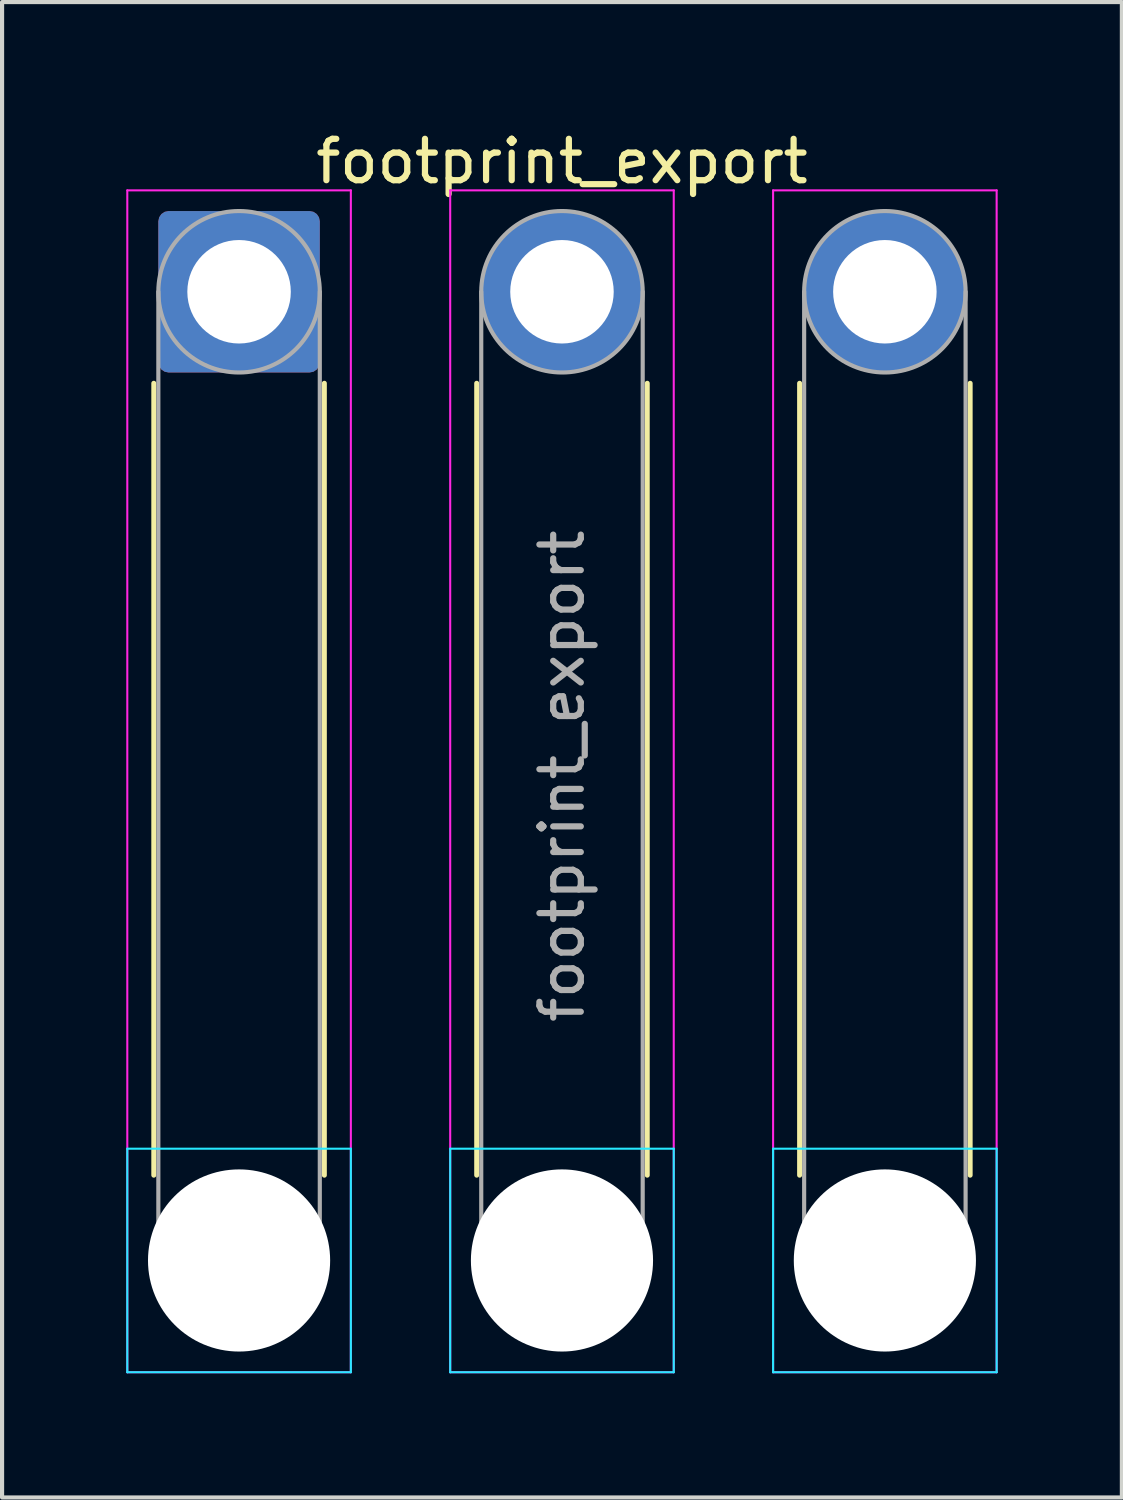
<source format=kicad_pcb>
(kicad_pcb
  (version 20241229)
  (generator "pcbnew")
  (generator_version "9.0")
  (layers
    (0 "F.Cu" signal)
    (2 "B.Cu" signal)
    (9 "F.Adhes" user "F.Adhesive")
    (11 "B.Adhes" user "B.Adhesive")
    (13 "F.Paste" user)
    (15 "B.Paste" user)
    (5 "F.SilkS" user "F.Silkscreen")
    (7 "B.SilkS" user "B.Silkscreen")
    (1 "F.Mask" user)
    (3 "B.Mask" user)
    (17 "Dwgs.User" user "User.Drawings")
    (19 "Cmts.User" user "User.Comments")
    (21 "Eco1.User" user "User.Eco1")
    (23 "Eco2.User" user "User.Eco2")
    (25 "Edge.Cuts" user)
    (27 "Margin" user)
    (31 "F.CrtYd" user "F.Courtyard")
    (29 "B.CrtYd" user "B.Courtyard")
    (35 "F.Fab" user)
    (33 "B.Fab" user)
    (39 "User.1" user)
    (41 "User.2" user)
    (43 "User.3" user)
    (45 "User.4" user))
  (footprint "footprint_export"
    (layer "F.Cu")
    (at 2.725 3.998)
    (property "Reference" "footprint_export" (at 7.8 -3.15 0) (layer "F.SilkS") (effects (font (size 1 1) (thickness 0.15))))
    (attr exclude_from_pos_files exclude_from_bom)
    (fp_line (start -2.06 2.21) (end -2.06 21.34) (stroke (width 0.12) (type solid)) (layer "F.SilkS"))
    (fp_line (start 2.06 2.21) (end 2.06 21.34) (stroke (width 0.12) (type solid)) (layer "F.SilkS"))
    (fp_line (start 5.74 2.21) (end 5.74 21.34) (stroke (width 0.12) (type solid)) (layer "F.SilkS"))
    (fp_line (start 9.86 2.21) (end 9.86 21.34) (stroke (width 0.12) (type solid)) (layer "F.SilkS"))
    (fp_line (start 13.54 2.21) (end 13.54 21.34) (stroke (width 0.12) (type solid)) (layer "F.SilkS"))
    (fp_line (start 17.66 2.21) (end 17.66 21.34) (stroke (width 0.12) (type solid)) (layer "F.SilkS"))
    (fp_line (start -2.7 20.7) (end -2.7 26.1) (stroke (width 0.05) (type solid)) (layer "B.CrtYd"))
    (fp_line (start -2.7 26.1) (end 2.7 26.1) (stroke (width 0.05) (type solid)) (layer "B.CrtYd"))
    (fp_line (start 2.7 20.7) (end -2.7 20.7) (stroke (width 0.05) (type solid)) (layer "B.CrtYd"))
    (fp_line (start 2.7 26.1) (end 2.7 20.7) (stroke (width 0.05) (type solid)) (layer "B.CrtYd"))
    (fp_line (start 5.1 20.7) (end 5.1 26.1) (stroke (width 0.05) (type solid)) (layer "B.CrtYd"))
    (fp_line (start 5.1 26.1) (end 10.5 26.1) (stroke (width 0.05) (type solid)) (layer "B.CrtYd"))
    (fp_line (start 10.5 20.7) (end 5.1 20.7) (stroke (width 0.05) (type solid)) (layer "B.CrtYd"))
    (fp_line (start 10.5 26.1) (end 10.5 20.7) (stroke (width 0.05) (type solid)) (layer "B.CrtYd"))
    (fp_line (start 12.9 20.7) (end 12.9 26.1) (stroke (width 0.05) (type solid)) (layer "B.CrtYd"))
    (fp_line (start 12.9 26.1) (end 18.3 26.1) (stroke (width 0.05) (type solid)) (layer "B.CrtYd"))
    (fp_line (start 18.3 20.7) (end 12.9 20.7) (stroke (width 0.05) (type solid)) (layer "B.CrtYd"))
    (fp_line (start 18.3 26.1) (end 18.3 20.7) (stroke (width 0.05) (type solid)) (layer "B.CrtYd"))
    (fp_line (start -2.7 -2.45) (end -2.7 26.1) (stroke (width 0.05) (type solid)) (layer "F.CrtYd"))
    (fp_line (start -2.7 26.1) (end 2.7 26.1) (stroke (width 0.05) (type solid)) (layer "F.CrtYd"))
    (fp_line (start 2.7 -2.45) (end -2.7 -2.45) (stroke (width 0.05) (type solid)) (layer "F.CrtYd"))
    (fp_line (start 2.7 26.1) (end 2.7 -2.45) (stroke (width 0.05) (type solid)) (layer "F.CrtYd"))
    (fp_line (start 5.1 -2.45) (end 5.1 26.1) (stroke (width 0.05) (type solid)) (layer "F.CrtYd"))
    (fp_line (start 5.1 26.1) (end 10.5 26.1) (stroke (width 0.05) (type solid)) (layer "F.CrtYd"))
    (fp_line (start 10.5 -2.45) (end 5.1 -2.45) (stroke (width 0.05) (type solid)) (layer "F.CrtYd"))
    (fp_line (start 10.5 26.1) (end 10.5 -2.45) (stroke (width 0.05) (type solid)) (layer "F.CrtYd"))
    (fp_line (start 12.9 -2.45) (end 12.9 26.1) (stroke (width 0.05) (type solid)) (layer "F.CrtYd"))
    (fp_line (start 12.9 26.1) (end 18.3 26.1) (stroke (width 0.05) (type solid)) (layer "F.CrtYd"))
    (fp_line (start 18.3 -2.45) (end 12.9 -2.45) (stroke (width 0.05) (type solid)) (layer "F.CrtYd"))
    (fp_line (start 18.3 26.1) (end 18.3 -2.45) (stroke (width 0.05) (type solid)) (layer "F.CrtYd"))
    (fp_line (start -1.95 0) (end -1.95 23.4) (stroke (width 0.1) (type solid)) (layer "F.Fab"))
    (fp_line (start 1.95 0) (end 1.95 23.4) (stroke (width 0.1) (type solid)) (layer "F.Fab"))
    (fp_line (start 5.85 0) (end 5.85 23.4) (stroke (width 0.1) (type solid)) (layer "F.Fab"))
    (fp_line (start 9.75 0) (end 9.75 23.4) (stroke (width 0.1) (type solid)) (layer "F.Fab"))
    (fp_line (start 13.65 0) (end 13.65 23.4) (stroke (width 0.1) (type solid)) (layer "F.Fab"))
    (fp_line (start 17.55 0) (end 17.55 23.4) (stroke (width 0.1) (type solid)) (layer "F.Fab"))
    (fp_circle (center 0 0) (end 1.95 0) (stroke (width 0.1) (type solid)) (fill no) (layer "F.Fab"))
    (fp_circle (center 0 23.4) (end 1.95 23.4) (stroke (width 0.1) (type solid)) (fill no) (layer "F.Fab"))
    (fp_circle (center 7.8 0) (end 9.75 0) (stroke (width 0.1) (type solid)) (fill no) (layer "F.Fab"))
    (fp_circle (center 7.8 23.4) (end 9.75 23.4) (stroke (width 0.1) (type solid)) (fill no) (layer "F.Fab"))
    (fp_circle (center 15.6 0) (end 17.55 0) (stroke (width 0.1) (type solid)) (fill no) (layer "F.Fab"))
    (fp_circle (center 15.6 23.4) (end 17.55 23.4) (stroke (width 0.1) (type solid)) (fill no) (layer "F.Fab"))
    (fp_text user "${REFERENCE}" (at 7.8 11.7 90) (layer "F.Fab") (effects (font (size 1 1) (thickness 0.15))))
    (pad "" np_thru_hole circle (at 0 23.4) (size 4.4 4.4) (drill 4.4) (layers "*.Cu" "*.Mask"))
    (pad "" np_thru_hole circle (at 7.8 23.4) (size 4.4 4.4) (drill 4.4) (layers "*.Cu" "*.Mask"))
    (pad "" np_thru_hole circle (at 15.6 23.4) (size 4.4 4.4) (drill 4.4) (layers "*.Cu" "*.Mask"))
    (pad "1" thru_hole roundrect (at 0 0) (size 3.9 3.9) (drill 2.5) (layers "*.Cu" "*.Mask") (roundrect_rratio 0.064))
    (pad "2" thru_hole circle (at 7.8 0) (size 3.9 3.9) (drill 2.5) (layers "*.Cu" "*.Mask"))
    (pad "3" thru_hole circle (at 15.6 0) (size 3.9 3.9) (drill 2.5) (layers "*.Cu" "*.Mask")))
  (gr_rect
    (start -3 -3)
    (end 24.05 33.123)
    (stroke (width 0.1) (type default))
    (fill no)
    (layer "Edge.Cuts")))
</source>
